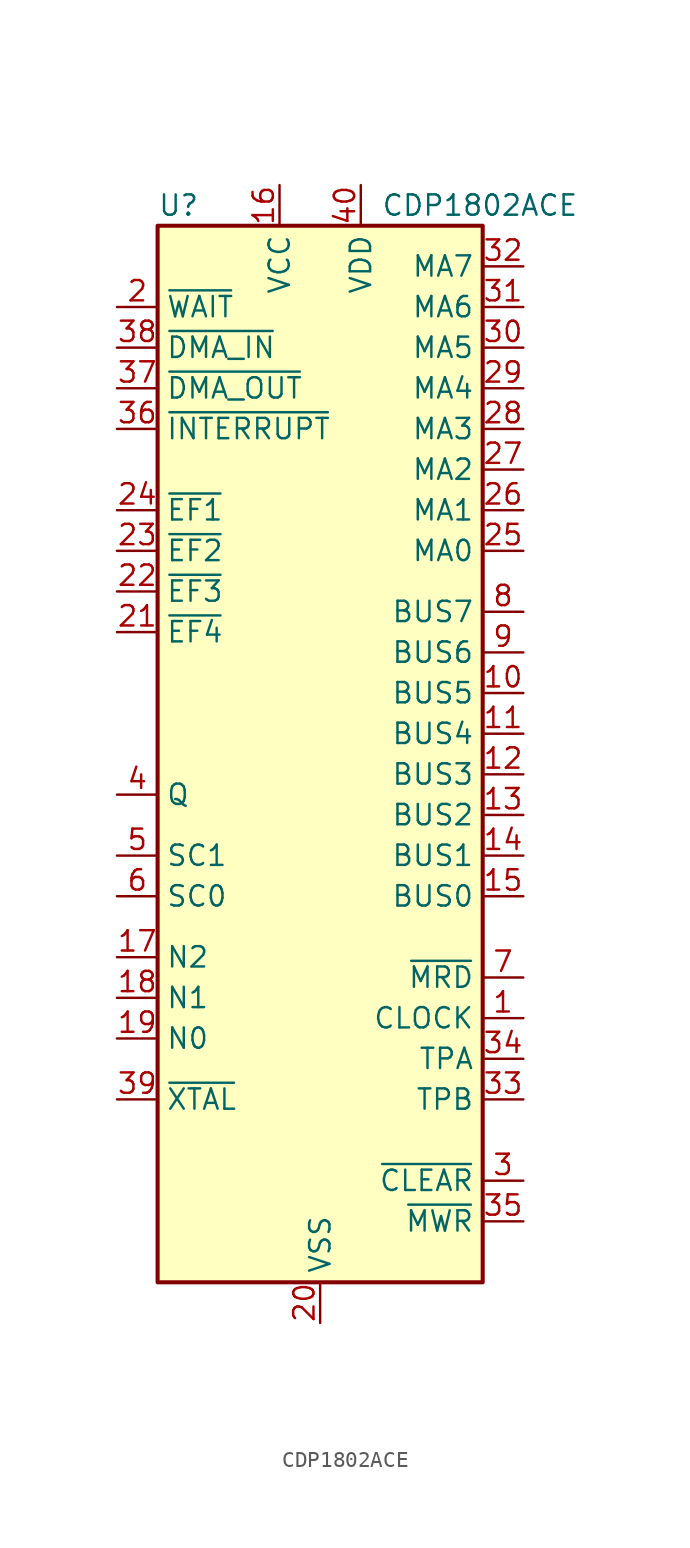
<source format=kicad_sym>
(kicad_symbol_lib
  (version 20211014)
  (generator kicad_symbol_editor)
  (symbol "CDP1802ACE"
    (property "Reference" "U"
      (at -10.16 34.29 0)
      (effects (font (size 1.27 1.27)) (justify left)))
    (property "Value" "CDP1802ACE"
      (at 3.81 34.29 0)
      (effects (font (size 1.27 1.27)) (justify left)))
    (symbol "CDP1802ACE_0_1"
      (rectangle (start -10.16 33.02) (end 10.16 -33.02) (stroke (width 0.254) (type default) (color 0 0 0 0)) (fill (type background))))
    (symbol "CDP1802ACE_1_1"
      (pin input line (at 12.7 -16.51 180) (length 2.54) (name "CLOCK" (effects (font (size 1.27 1.27)))) (number "1" (effects (font (size 1.27 1.27)))))
      (pin bidirectional line (at 12.7 3.81 180) (length 2.54) (name "BUS5" (effects (font (size 1.27 1.27)))) (number "10" (effects (font (size 1.27 1.27)))))
      (pin bidirectional line (at 12.7 1.27 180) (length 2.54) (name "BUS4" (effects (font (size 1.27 1.27)))) (number "11" (effects (font (size 1.27 1.27)))))
      (pin bidirectional line (at 12.7 -1.27 180) (length 2.54) (name "BUS3" (effects (font (size 1.27 1.27)))) (number "12" (effects (font (size 1.27 1.27)))))
      (pin bidirectional line (at 12.7 -3.81 180) (length 2.54) (name "BUS2" (effects (font (size 1.27 1.27)))) (number "13" (effects (font (size 1.27 1.27)))))
      (pin bidirectional line (at 12.7 -6.35 180) (length 2.54) (name "BUS1" (effects (font (size 1.27 1.27)))) (number "14" (effects (font (size 1.27 1.27)))))
      (pin bidirectional line (at 12.7 -8.89 180) (length 2.54) (name "BUS0" (effects (font (size 1.27 1.27)))) (number "15" (effects (font (size 1.27 1.27)))))
      (pin power_in line (at -2.54 35.56 270) (length 2.54) (name "VCC" (effects (font (size 1.27 1.27)))) (number "16" (effects (font (size 1.27 1.27)))))
      (pin output line (at -12.7 -12.7 0) (length 2.54) (name "N2" (effects (font (size 1.27 1.27)))) (number "17" (effects (font (size 1.27 1.27)))))
      (pin output line (at -12.7 -15.24 0) (length 2.54) (name "N1" (effects (font (size 1.27 1.27)))) (number "18" (effects (font (size 1.27 1.27)))))
      (pin output line (at -12.7 -17.78 0) (length 2.54) (name "N0" (effects (font (size 1.27 1.27)))) (number "19" (effects (font (size 1.27 1.27)))))
      (pin input line (at -12.7 27.94 0) (length 2.54) (name "~{WAIT}" (effects (font (size 1.27 1.27)))) (number "2" (effects (font (size 1.27 1.27)))))
      (pin power_in line (at 0 -35.56 90) (length 2.54) (name "VSS" (effects (font (size 1.27 1.27)))) (number "20" (effects (font (size 1.27 1.27)))))
      (pin input line (at -12.7 7.62 0) (length 2.54) (name "~{EF4}" (effects (font (size 1.27 1.27)))) (number "21" (effects (font (size 1.27 1.27)))))
      (pin input line (at -12.7 10.16 0) (length 2.54) (name "~{EF3}" (effects (font (size 1.27 1.27)))) (number "22" (effects (font (size 1.27 1.27)))))
      (pin input line (at -12.7 12.7 0) (length 2.54) (name "~{EF2}" (effects (font (size 1.27 1.27)))) (number "23" (effects (font (size 1.27 1.27)))))
      (pin input line (at -12.7 15.24 0) (length 2.54) (name "~{EF1}" (effects (font (size 1.27 1.27)))) (number "24" (effects (font (size 1.27 1.27)))))
      (pin output line (at 12.7 12.7 180) (length 2.54) (name "MA0" (effects (font (size 1.27 1.27)))) (number "25" (effects (font (size 1.27 1.27)))))
      (pin output line (at 12.7 15.24 180) (length 2.54) (name "MA1" (effects (font (size 1.27 1.27)))) (number "26" (effects (font (size 1.27 1.27)))))
      (pin output line (at 12.7 17.78 180) (length 2.54) (name "MA2" (effects (font (size 1.27 1.27)))) (number "27" (effects (font (size 1.27 1.27)))))
      (pin output line (at 12.7 20.32 180) (length 2.54) (name "MA3" (effects (font (size 1.27 1.27)))) (number "28" (effects (font (size 1.27 1.27)))))
      (pin output line (at 12.7 22.86 180) (length 2.54) (name "MA4" (effects (font (size 1.27 1.27)))) (number "29" (effects (font (size 1.27 1.27)))))
      (pin input line (at 12.7 -26.67 180) (length 2.54) (name "~{CLEAR}" (effects (font (size 1.27 1.27)))) (number "3" (effects (font (size 1.27 1.27)))))
      (pin output line (at 12.7 25.4 180) (length 2.54) (name "MA5" (effects (font (size 1.27 1.27)))) (number "30" (effects (font (size 1.27 1.27)))))
      (pin output line (at 12.7 27.94 180) (length 2.54) (name "MA6" (effects (font (size 1.27 1.27)))) (number "31" (effects (font (size 1.27 1.27)))))
      (pin output line (at 12.7 30.48 180) (length 2.54) (name "MA7" (effects (font (size 1.27 1.27)))) (number "32" (effects (font (size 1.27 1.27)))))
      (pin output line (at 12.7 -21.59 180) (length 2.54) (name "TPB" (effects (font (size 1.27 1.27)))) (number "33" (effects (font (size 1.27 1.27)))))
      (pin output line (at 12.7 -19.05 180) (length 2.54) (name "TPA" (effects (font (size 1.27 1.27)))) (number "34" (effects (font (size 1.27 1.27)))))
      (pin output line (at 12.7 -29.21 180) (length 2.54) (name "~{MWR}" (effects (font (size 1.27 1.27)))) (number "35" (effects (font (size 1.27 1.27)))))
      (pin input line (at -12.7 20.32 0) (length 2.54) (name "~{INTERRUPT}" (effects (font (size 1.27 1.27)))) (number "36" (effects (font (size 1.27 1.27)))))
      (pin input line (at -12.7 22.86 0) (length 2.54) (name "~{DMA_OUT}" (effects (font (size 1.27 1.27)))) (number "37" (effects (font (size 1.27 1.27)))))
      (pin input line (at -12.7 25.4 0) (length 2.54) (name "~{DMA_IN}" (effects (font (size 1.27 1.27)))) (number "38" (effects (font (size 1.27 1.27)))))
      (pin output line (at -12.7 -21.59 0) (length 2.54) (name "~{XTAL}" (effects (font (size 1.27 1.27)))) (number "39" (effects (font (size 1.27 1.27)))))
      (pin output line (at -12.7 -2.54 0) (length 2.54) (name "Q" (effects (font (size 1.27 1.27)))) (number "4" (effects (font (size 1.27 1.27)))))
      (pin power_in line (at 2.54 35.56 270) (length 2.54) (name "VDD" (effects (font (size 1.27 1.27)))) (number "40" (effects (font (size 1.27 1.27)))))
      (pin output line (at -12.7 -6.35 0) (length 2.54) (name "SC1" (effects (font (size 1.27 1.27)))) (number "5" (effects (font (size 1.27 1.27)))))
      (pin output line (at -12.7 -8.89 0) (length 2.54) (name "SC0" (effects (font (size 1.27 1.27)))) (number "6" (effects (font (size 1.27 1.27)))))
      (pin output line (at 12.7 -13.97 180) (length 2.54) (name "~{MRD}" (effects (font (size 1.27 1.27)))) (number "7" (effects (font (size 1.27 1.27)))))
      (pin bidirectional line (at 12.7 8.89 180) (length 2.54) (name "BUS7" (effects (font (size 1.27 1.27)))) (number "8" (effects (font (size 1.27 1.27)))))
      (pin bidirectional line (at 12.7 6.35 180) (length 2.54) (name "BUS6" (effects (font (size 1.27 1.27)))) (number "9" (effects (font (size 1.27 1.27))))))))
</source>
